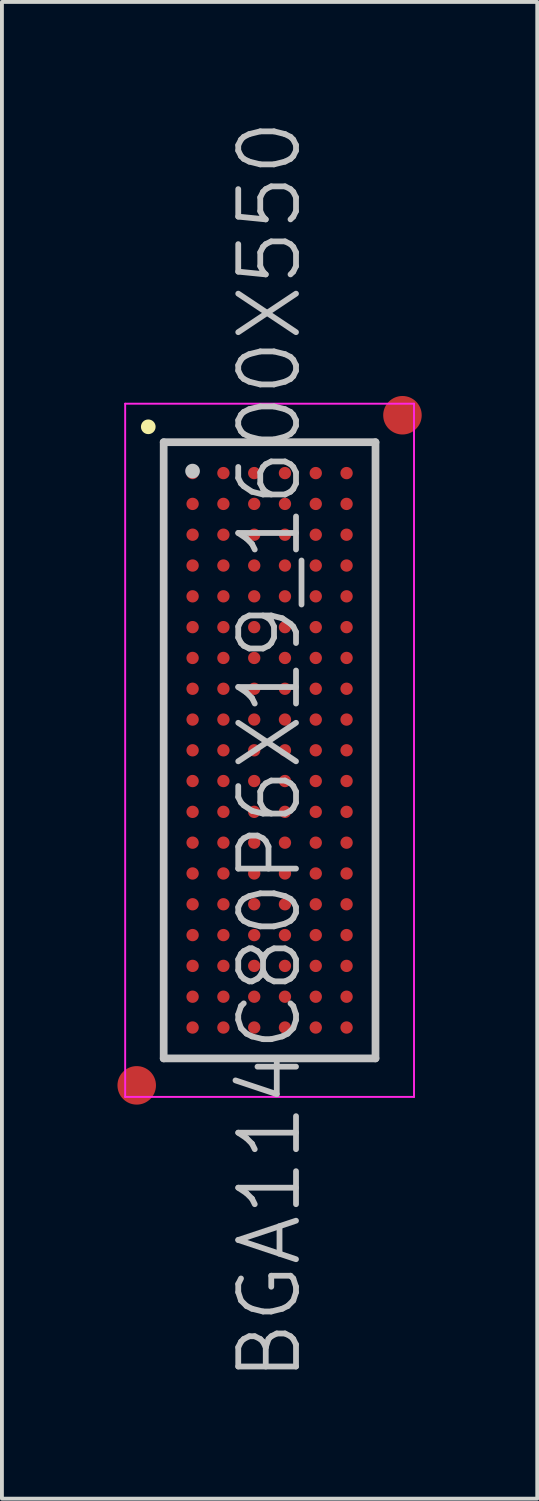
<source format=kicad_pcb>
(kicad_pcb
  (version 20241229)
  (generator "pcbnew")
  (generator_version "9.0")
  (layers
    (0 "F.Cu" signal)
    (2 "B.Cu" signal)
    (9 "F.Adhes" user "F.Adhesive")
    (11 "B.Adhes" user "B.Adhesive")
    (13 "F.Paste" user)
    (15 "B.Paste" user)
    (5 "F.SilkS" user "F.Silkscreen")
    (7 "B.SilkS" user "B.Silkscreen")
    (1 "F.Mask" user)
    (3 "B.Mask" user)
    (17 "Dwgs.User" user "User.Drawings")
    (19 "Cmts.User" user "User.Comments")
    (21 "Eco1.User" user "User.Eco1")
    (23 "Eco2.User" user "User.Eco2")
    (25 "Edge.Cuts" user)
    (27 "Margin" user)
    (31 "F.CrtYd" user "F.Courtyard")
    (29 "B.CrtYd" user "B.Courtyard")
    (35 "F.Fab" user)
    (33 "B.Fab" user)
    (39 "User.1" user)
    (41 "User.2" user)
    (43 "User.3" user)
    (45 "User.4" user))
  (footprint "BGA114C80P6X19_1600X550"
    (layer "F.Cu")
    (at 3.95 16.432)
    (property "Reference" "BGA114C80P6X19_1600X550" (at 0 0 90) (layer "Dwgs.User") (effects (font (size 1.5 1.5) (thickness 0.15))))
    (attr smd)
    (fp_line (start -3.15 -8.4) (end -3.15 -8.4) (stroke (width 0.381) (type solid)) (layer "F.SilkS"))
    (fp_line (start -2.75 -8) (end -2.75 8) (stroke (width 0.2) (type solid)) (layer "Dwgs.User"))
    (fp_line (start -2.75 -8) (end 2.75 -8) (stroke (width 0.2) (type solid)) (layer "Dwgs.User"))
    (fp_line (start -2.75 8) (end 2.75 8) (stroke (width 0.2) (type solid)) (layer "Dwgs.User"))
    (fp_line (start -2 -7.25) (end -2 -7.25) (stroke (width 0.381) (type solid)) (layer "Dwgs.User"))
    (fp_line (start 2.75 -8) (end 2.75 8) (stroke (width 0.2) (type solid)) (layer "Dwgs.User"))
    (fp_line (start -3.75 -9) (end -3.75 9) (stroke (width 0.05) (type solid)) (layer "F.CrtYd"))
    (fp_line (start -3.75 -9) (end 3.75 -9) (stroke (width 0.05) (type solid)) (layer "F.CrtYd"))
    (fp_line (start -3.75 9) (end 3.75 9) (stroke (width 0.05) (type solid)) (layer "F.CrtYd"))
    (fp_line (start 3.75 -9) (end 3.75 9) (stroke (width 0.05) (type solid)) (layer "F.CrtYd"))
    (pad "" smd circle (at -3.45 8.7) (size 1 1) (layers "F.Cu" "F.Mask"))
    (pad "" smd circle (at 3.45 -8.7) (size 1 1) (layers "F.Cu" "F.Mask"))
    (pad "A1" smd circle (at -1.999 -7.198 270) (size 0.32 0.32) (layers "F.Cu" "F.Mask" "F.Paste"))
    (pad "A2" smd circle (at -1.199 -7.198 270) (size 0.32 0.32) (layers "F.Cu" "F.Mask" "F.Paste"))
    (pad "A3" smd circle (at -0.399 -7.198 270) (size 0.32 0.32) (layers "F.Cu" "F.Mask" "F.Paste"))
    (pad "A4" smd circle (at 0.399 -7.198 270) (size 0.32 0.32) (layers "F.Cu" "F.Mask" "F.Paste"))
    (pad "A5" smd circle (at 1.199 -7.198 270) (size 0.32 0.32) (layers "F.Cu" "F.Mask" "F.Paste"))
    (pad "A6" smd circle (at 1.999 -7.198 270) (size 0.32 0.32) (layers "F.Cu" "F.Mask" "F.Paste"))
    (pad "B1" smd circle (at -1.999 -6.398 270) (size 0.32 0.32) (layers "F.Cu" "F.Mask" "F.Paste"))
    (pad "B2" smd circle (at -1.199 -6.398 270) (size 0.32 0.32) (layers "F.Cu" "F.Mask" "F.Paste"))
    (pad "B3" smd circle (at -0.399 -6.398 270) (size 0.32 0.32) (layers "F.Cu" "F.Mask" "F.Paste"))
    (pad "B4" smd circle (at 0.399 -6.398 270) (size 0.32 0.32) (layers "F.Cu" "F.Mask" "F.Paste"))
    (pad "B5" smd circle (at 1.199 -6.398 270) (size 0.32 0.32) (layers "F.Cu" "F.Mask" "F.Paste"))
    (pad "B6" smd circle (at 1.999 -6.398 270) (size 0.32 0.32) (layers "F.Cu" "F.Mask" "F.Paste"))
    (pad "C1" smd circle (at -1.999 -5.598 270) (size 0.32 0.32) (layers "F.Cu" "F.Mask" "F.Paste"))
    (pad "C2" smd circle (at -1.199 -5.598 270) (size 0.32 0.32) (layers "F.Cu" "F.Mask" "F.Paste"))
    (pad "C3" smd circle (at -0.399 -5.598 270) (size 0.32 0.32) (layers "F.Cu" "F.Mask" "F.Paste"))
    (pad "C4" smd circle (at 0.399 -5.598 270) (size 0.32 0.32) (layers "F.Cu" "F.Mask" "F.Paste"))
    (pad "C5" smd circle (at 1.199 -5.598 270) (size 0.32 0.32) (layers "F.Cu" "F.Mask" "F.Paste"))
    (pad "C6" smd circle (at 1.999 -5.598 270) (size 0.32 0.32) (layers "F.Cu" "F.Mask" "F.Paste"))
    (pad "D1" smd circle (at -1.999 -4.798 270) (size 0.32 0.32) (layers "F.Cu" "F.Mask" "F.Paste"))
    (pad "D2" smd circle (at -1.199 -4.798 270) (size 0.32 0.32) (layers "F.Cu" "F.Mask" "F.Paste"))
    (pad "D3" smd circle (at -0.399 -4.798 270) (size 0.32 0.32) (layers "F.Cu" "F.Mask" "F.Paste"))
    (pad "D4" smd circle (at 0.399 -4.798 270) (size 0.32 0.32) (layers "F.Cu" "F.Mask" "F.Paste"))
    (pad "D5" smd circle (at 1.199 -4.798 270) (size 0.32 0.32) (layers "F.Cu" "F.Mask" "F.Paste"))
    (pad "D6" smd circle (at 1.999 -4.798 270) (size 0.32 0.32) (layers "F.Cu" "F.Mask" "F.Paste"))
    (pad "E1" smd circle (at -1.999 -3.998 270) (size 0.32 0.32) (layers "F.Cu" "F.Mask" "F.Paste"))
    (pad "E2" smd circle (at -1.199 -3.998 270) (size 0.32 0.32) (layers "F.Cu" "F.Mask" "F.Paste"))
    (pad "E3" smd circle (at -0.399 -3.998 270) (size 0.32 0.32) (layers "F.Cu" "F.Mask" "F.Paste"))
    (pad "E4" smd circle (at 0.399 -3.998 270) (size 0.32 0.32) (layers "F.Cu" "F.Mask" "F.Paste"))
    (pad "E5" smd circle (at 1.199 -3.998 270) (size 0.32 0.32) (layers "F.Cu" "F.Mask" "F.Paste"))
    (pad "E6" smd circle (at 1.999 -3.998 270) (size 0.32 0.32) (layers "F.Cu" "F.Mask" "F.Paste"))
    (pad "F1" smd circle (at -1.999 -3.198 270) (size 0.32 0.32) (layers "F.Cu" "F.Mask" "F.Paste"))
    (pad "F2" smd circle (at -1.199 -3.198 270) (size 0.32 0.32) (layers "F.Cu" "F.Mask" "F.Paste"))
    (pad "F3" smd circle (at -0.399 -3.198 270) (size 0.32 0.32) (layers "F.Cu" "F.Mask" "F.Paste"))
    (pad "F4" smd circle (at 0.399 -3.198 270) (size 0.32 0.32) (layers "F.Cu" "F.Mask" "F.Paste"))
    (pad "F5" smd circle (at 1.199 -3.198 270) (size 0.32 0.32) (layers "F.Cu" "F.Mask" "F.Paste"))
    (pad "F6" smd circle (at 1.999 -3.198 270) (size 0.32 0.32) (layers "F.Cu" "F.Mask" "F.Paste"))
    (pad "G1" smd circle (at -1.999 -2.398 270) (size 0.32 0.32) (layers "F.Cu" "F.Mask" "F.Paste"))
    (pad "G2" smd circle (at -1.199 -2.398 270) (size 0.32 0.32) (layers "F.Cu" "F.Mask" "F.Paste"))
    (pad "G3" smd circle (at -0.399 -2.398 270) (size 0.32 0.32) (layers "F.Cu" "F.Mask" "F.Paste"))
    (pad "G4" smd circle (at 0.399 -2.398 270) (size 0.32 0.32) (layers "F.Cu" "F.Mask" "F.Paste"))
    (pad "G5" smd circle (at 1.199 -2.398 270) (size 0.32 0.32) (layers "F.Cu" "F.Mask" "F.Paste"))
    (pad "G6" smd circle (at 1.999 -2.398 270) (size 0.32 0.32) (layers "F.Cu" "F.Mask" "F.Paste"))
    (pad "H1" smd circle (at -1.999 -1.598 270) (size 0.32 0.32) (layers "F.Cu" "F.Mask" "F.Paste"))
    (pad "H2" smd circle (at -1.199 -1.598 270) (size 0.32 0.32) (layers "F.Cu" "F.Mask" "F.Paste"))
    (pad "H3" smd circle (at -0.399 -1.598 270) (size 0.32 0.32) (layers "F.Cu" "F.Mask" "F.Paste"))
    (pad "H4" smd circle (at 0.399 -1.598 270) (size 0.32 0.32) (layers "F.Cu" "F.Mask" "F.Paste"))
    (pad "H5" smd circle (at 1.199 -1.598 270) (size 0.32 0.32) (layers "F.Cu" "F.Mask" "F.Paste"))
    (pad "H6" smd circle (at 1.999 -1.598 270) (size 0.32 0.32) (layers "F.Cu" "F.Mask" "F.Paste"))
    (pad "J1" smd circle (at -1.999 -0.798 270) (size 0.32 0.32) (layers "F.Cu" "F.Mask" "F.Paste"))
    (pad "J2" smd circle (at -1.199 -0.798 270) (size 0.32 0.32) (layers "F.Cu" "F.Mask" "F.Paste"))
    (pad "J3" smd circle (at -0.399 -0.798 270) (size 0.32 0.32) (layers "F.Cu" "F.Mask" "F.Paste"))
    (pad "J4" smd circle (at 0.399 -0.798 270) (size 0.32 0.32) (layers "F.Cu" "F.Mask" "F.Paste"))
    (pad "J5" smd circle (at 1.199 -0.798 270) (size 0.32 0.32) (layers "F.Cu" "F.Mask" "F.Paste"))
    (pad "J6" smd circle (at 1.999 -0.798 270) (size 0.32 0.32) (layers "F.Cu" "F.Mask" "F.Paste"))
    (pad "K1" smd circle (at -1.999 0 270) (size 0.32 0.32) (layers "F.Cu" "F.Mask" "F.Paste"))
    (pad "K2" smd circle (at -1.199 0 270) (size 0.32 0.32) (layers "F.Cu" "F.Mask" "F.Paste"))
    (pad "K3" smd circle (at -0.399 0 270) (size 0.32 0.32) (layers "F.Cu" "F.Mask" "F.Paste"))
    (pad "K4" smd circle (at 0.399 0 270) (size 0.32 0.32) (layers "F.Cu" "F.Mask" "F.Paste"))
    (pad "K5" smd circle (at 1.199 0 270) (size 0.32 0.32) (layers "F.Cu" "F.Mask" "F.Paste"))
    (pad "K6" smd circle (at 1.999 0 270) (size 0.32 0.32) (layers "F.Cu" "F.Mask" "F.Paste"))
    (pad "L1" smd circle (at -1.999 0.798 270) (size 0.32 0.32) (layers "F.Cu" "F.Mask" "F.Paste"))
    (pad "L2" smd circle (at -1.199 0.798 270) (size 0.32 0.32) (layers "F.Cu" "F.Mask" "F.Paste"))
    (pad "L3" smd circle (at -0.399 0.798 270) (size 0.32 0.32) (layers "F.Cu" "F.Mask" "F.Paste"))
    (pad "L4" smd circle (at 0.399 0.798 270) (size 0.32 0.32) (layers "F.Cu" "F.Mask" "F.Paste"))
    (pad "L5" smd circle (at 1.199 0.798 270) (size 0.32 0.32) (layers "F.Cu" "F.Mask" "F.Paste"))
    (pad "L6" smd circle (at 1.999 0.798 270) (size 0.32 0.32) (layers "F.Cu" "F.Mask" "F.Paste"))
    (pad "M1" smd circle (at -1.999 1.598 270) (size 0.32 0.32) (layers "F.Cu" "F.Mask" "F.Paste"))
    (pad "M2" smd circle (at -1.199 1.598 270) (size 0.32 0.32) (layers "F.Cu" "F.Mask" "F.Paste"))
    (pad "M3" smd circle (at -0.399 1.598 270) (size 0.32 0.32) (layers "F.Cu" "F.Mask" "F.Paste"))
    (pad "M4" smd circle (at 0.399 1.598 270) (size 0.32 0.32) (layers "F.Cu" "F.Mask" "F.Paste"))
    (pad "M5" smd circle (at 1.199 1.598 270) (size 0.32 0.32) (layers "F.Cu" "F.Mask" "F.Paste"))
    (pad "M6" smd circle (at 1.999 1.598 270) (size 0.32 0.32) (layers "F.Cu" "F.Mask" "F.Paste"))
    (pad "N1" smd circle (at -1.999 2.398 270) (size 0.32 0.32) (layers "F.Cu" "F.Mask" "F.Paste"))
    (pad "N2" smd circle (at -1.199 2.398 270) (size 0.32 0.32) (layers "F.Cu" "F.Mask" "F.Paste"))
    (pad "N3" smd circle (at -0.399 2.398 270) (size 0.32 0.32) (layers "F.Cu" "F.Mask" "F.Paste"))
    (pad "N4" smd circle (at 0.399 2.398 270) (size 0.32 0.32) (layers "F.Cu" "F.Mask" "F.Paste"))
    (pad "N5" smd circle (at 1.199 2.398 270) (size 0.32 0.32) (layers "F.Cu" "F.Mask" "F.Paste"))
    (pad "N6" smd circle (at 1.999 2.398 270) (size 0.32 0.32) (layers "F.Cu" "F.Mask" "F.Paste"))
    (pad "P1" smd circle (at -1.999 3.198 270) (size 0.32 0.32) (layers "F.Cu" "F.Mask" "F.Paste"))
    (pad "P2" smd circle (at -1.199 3.198 270) (size 0.32 0.32) (layers "F.Cu" "F.Mask" "F.Paste"))
    (pad "P3" smd circle (at -0.399 3.198 270) (size 0.32 0.32) (layers "F.Cu" "F.Mask" "F.Paste"))
    (pad "P4" smd circle (at 0.399 3.198 270) (size 0.32 0.32) (layers "F.Cu" "F.Mask" "F.Paste"))
    (pad "P5" smd circle (at 1.199 3.198 270) (size 0.32 0.32) (layers "F.Cu" "F.Mask" "F.Paste"))
    (pad "P6" smd circle (at 1.999 3.198 270) (size 0.32 0.32) (layers "F.Cu" "F.Mask" "F.Paste"))
    (pad "R1" smd circle (at -1.999 3.998 270) (size 0.32 0.32) (layers "F.Cu" "F.Mask" "F.Paste"))
    (pad "R2" smd circle (at -1.199 3.998 270) (size 0.32 0.32) (layers "F.Cu" "F.Mask" "F.Paste"))
    (pad "R3" smd circle (at -0.399 3.998 270) (size 0.32 0.32) (layers "F.Cu" "F.Mask" "F.Paste"))
    (pad "R4" smd circle (at 0.399 3.998 270) (size 0.32 0.32) (layers "F.Cu" "F.Mask" "F.Paste"))
    (pad "R5" smd circle (at 1.199 3.998 270) (size 0.32 0.32) (layers "F.Cu" "F.Mask" "F.Paste"))
    (pad "R6" smd circle (at 1.999 3.998 270) (size 0.32 0.32) (layers "F.Cu" "F.Mask" "F.Paste"))
    (pad "T1" smd circle (at -1.999 4.798 270) (size 0.32 0.32) (layers "F.Cu" "F.Mask" "F.Paste"))
    (pad "T2" smd circle (at -1.199 4.798 270) (size 0.32 0.32) (layers "F.Cu" "F.Mask" "F.Paste"))
    (pad "T3" smd circle (at -0.399 4.798 270) (size 0.32 0.32) (layers "F.Cu" "F.Mask" "F.Paste"))
    (pad "T4" smd circle (at 0.399 4.798 270) (size 0.32 0.32) (layers "F.Cu" "F.Mask" "F.Paste"))
    (pad "T5" smd circle (at 1.199 4.798 270) (size 0.32 0.32) (layers "F.Cu" "F.Mask" "F.Paste"))
    (pad "T6" smd circle (at 1.999 4.798 270) (size 0.32 0.32) (layers "F.Cu" "F.Mask" "F.Paste"))
    (pad "U1" smd circle (at -1.999 5.598 270) (size 0.32 0.32) (layers "F.Cu" "F.Mask" "F.Paste"))
    (pad "U2" smd circle (at -1.199 5.598 270) (size 0.32 0.32) (layers "F.Cu" "F.Mask" "F.Paste"))
    (pad "U3" smd circle (at -0.399 5.598 270) (size 0.32 0.32) (layers "F.Cu" "F.Mask" "F.Paste"))
    (pad "U4" smd circle (at 0.399 5.598 270) (size 0.32 0.32) (layers "F.Cu" "F.Mask" "F.Paste"))
    (pad "U5" smd circle (at 1.199 5.598 270) (size 0.32 0.32) (layers "F.Cu" "F.Mask" "F.Paste"))
    (pad "U6" smd circle (at 1.999 5.598 270) (size 0.32 0.32) (layers "F.Cu" "F.Mask" "F.Paste"))
    (pad "V1" smd circle (at -1.999 6.398 270) (size 0.32 0.32) (layers "F.Cu" "F.Mask" "F.Paste"))
    (pad "V2" smd circle (at -1.199 6.398 270) (size 0.32 0.32) (layers "F.Cu" "F.Mask" "F.Paste"))
    (pad "V3" smd circle (at -0.399 6.398 270) (size 0.32 0.32) (layers "F.Cu" "F.Mask" "F.Paste"))
    (pad "V4" smd circle (at 0.399 6.398 270) (size 0.32 0.32) (layers "F.Cu" "F.Mask" "F.Paste"))
    (pad "V5" smd circle (at 1.199 6.398 270) (size 0.32 0.32) (layers "F.Cu" "F.Mask" "F.Paste"))
    (pad "V6" smd circle (at 1.999 6.398 270) (size 0.32 0.32) (layers "F.Cu" "F.Mask" "F.Paste"))
    (pad "W1" smd circle (at -1.999 7.198 270) (size 0.32 0.32) (layers "F.Cu" "F.Mask" "F.Paste"))
    (pad "W2" smd circle (at -1.199 7.198 270) (size 0.32 0.32) (layers "F.Cu" "F.Mask" "F.Paste"))
    (pad "W3" smd circle (at -0.399 7.198 270) (size 0.32 0.32) (layers "F.Cu" "F.Mask" "F.Paste"))
    (pad "W4" smd circle (at 0.399 7.198 270) (size 0.32 0.32) (layers "F.Cu" "F.Mask" "F.Paste"))
    (pad "W5" smd circle (at 1.199 7.198 270) (size 0.32 0.32) (layers "F.Cu" "F.Mask" "F.Paste"))
    (pad "W6" smd circle (at 1.999 7.198 270) (size 0.32 0.32) (layers "F.Cu" "F.Mask" "F.Paste")))
  (gr_rect
    (start -3 -3)
    (end 10.9 35.864)
    (stroke (width 0.1) (type default))
    (fill no)
    (layer "Edge.Cuts")))
</source>
